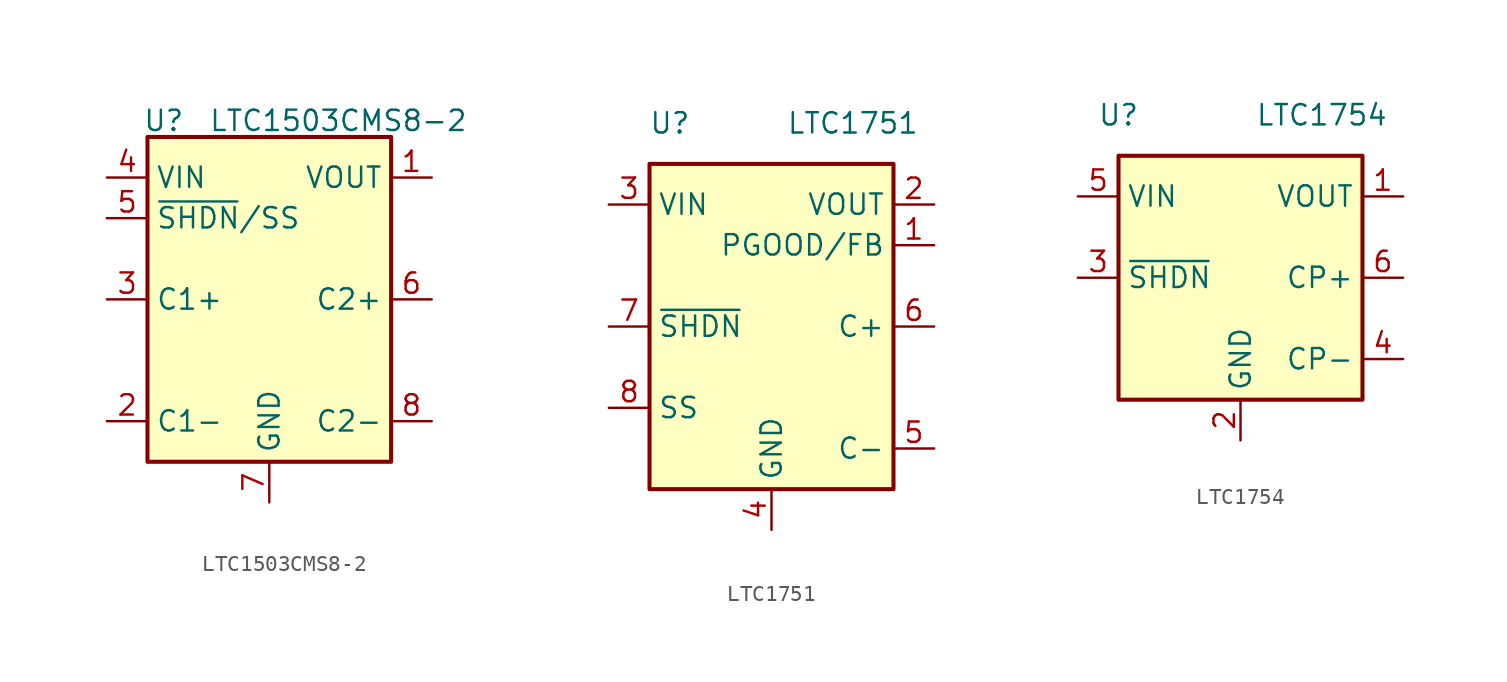
<source format=kicad_sym>
(kicad_symbol_lib
  (version 20241209)
  (generator "kicad_symbol_editor")
  (generator_version "9.0")
  (symbol "LTC1503CMS8-2"
    (property "Reference" "U"
      (at -6.604 11.176 0)
      (effects (font (size 1.27 1.27))))
    (property "Value" "LTC1503CMS8-2"
      (at 4.318 11.176 0)
      (effects (font (size 1.27 1.27))))
    (symbol "LTC1503CMS8-2_0_1"
      (rectangle (start -7.62 10.16) (end 7.62 -10.16) (stroke (width 0.254) (type default)) (fill (type background))))
    (symbol "LTC1503CMS8-2_1_1"
      (pin power_in line (at -10.16 7.62 0) (length 2.54) (name "VIN" (effects (font (size 1.27 1.27)))) (number "4" (effects (font (size 1.27 1.27)))))
      (pin input line (at -10.16 5.08 0) (length 2.54) (name "~{SHDN}/SS" (effects (font (size 1.27 1.27)))) (number "5" (effects (font (size 1.27 1.27)))))
      (pin input line (at -10.16 0 0) (length 2.54) (name "C1+" (effects (font (size 1.27 1.27)))) (number "3" (effects (font (size 1.27 1.27)))))
      (pin input line (at -10.16 -7.62 0) (length 2.54) (name "C1-" (effects (font (size 1.27 1.27)))) (number "2" (effects (font (size 1.27 1.27)))))
      (pin power_in line (at 0 -12.7 90) (length 2.54) (name "GND" (effects (font (size 1.27 1.27)))) (number "7" (effects (font (size 1.27 1.27)))))
      (pin power_out line (at 10.16 7.62 180) (length 2.54) (name "VOUT" (effects (font (size 1.27 1.27)))) (number "1" (effects (font (size 1.27 1.27)))))
      (pin input line (at 10.16 0 180) (length 2.54) (name "C2+" (effects (font (size 1.27 1.27)))) (number "6" (effects (font (size 1.27 1.27)))))
      (pin input line (at 10.16 -7.62 180) (length 2.54) (name "C2-" (effects (font (size 1.27 1.27)))) (number "8" (effects (font (size 1.27 1.27)))))))
  (symbol "LTC1751"
    (property "Reference" "U"
      (at -6.35 12.7 0)
      (effects (font (size 1.27 1.27))))
    (property "Value" "LTC1751"
      (at 5.08 12.7 0)
      (effects (font (size 1.27 1.27))))
    (symbol "LTC1751_0_1"
      (rectangle (start -7.62 10.16) (end 7.62 -10.16) (stroke (width 0.254) (type default)) (fill (type background))))
    (symbol "LTC1751_1_1"
      (pin power_in line (at -10.16 7.62 0) (length 2.54) (name "VIN" (effects (font (size 1.27 1.27)))) (number "3" (effects (font (size 1.27 1.27)))))
      (pin input line (at -10.16 0 0) (length 2.54) (name "~{SHDN}" (effects (font (size 1.27 1.27)))) (number "7" (effects (font (size 1.27 1.27)))))
      (pin input line (at -10.16 -5.08 0) (length 2.54) (name "SS" (effects (font (size 1.27 1.27)))) (number "8" (effects (font (size 1.27 1.27)))))
      (pin power_in line (at 0 -12.7 90) (length 2.54) (name "GND" (effects (font (size 1.27 1.27)))) (number "4" (effects (font (size 1.27 1.27)))))
      (pin power_out line (at 10.16 7.62 180) (length 2.54) (name "VOUT" (effects (font (size 1.27 1.27)))) (number "2" (effects (font (size 1.27 1.27)))))
      (pin output line (at 10.16 5.08 180) (length 2.54) (name "PGOOD/FB" (effects (font (size 1.27 1.27)))) (number "1" (effects (font (size 1.27 1.27)))))
      (pin input line (at 10.16 0 180) (length 2.54) (name "C+" (effects (font (size 1.27 1.27)))) (number "6" (effects (font (size 1.27 1.27)))))
      (pin input line (at 10.16 -7.62 180) (length 2.54) (name "C-" (effects (font (size 1.27 1.27)))) (number "5" (effects (font (size 1.27 1.27)))))))
  (symbol "LTC1754"
    (property "Reference" "U"
      (at -7.62 10.16 0)
      (effects (font (size 1.27 1.27))))
    (property "Value" "LTC1754"
      (at 5.08 10.16 0)
      (effects (font (size 1.27 1.27))))
    (symbol "LTC1754_0_1"
      (rectangle (start -7.62 7.62) (end 7.62 -7.62) (stroke (width 0.254) (type default)) (fill (type background))))
    (symbol "LTC1754_1_1"
      (pin power_in line (at -10.16 5.08 0) (length 2.54) (name "VIN" (effects (font (size 1.27 1.27)))) (number "5" (effects (font (size 1.27 1.27)))))
      (pin input line (at -10.16 0 0) (length 2.54) (name "~{SHDN}" (effects (font (size 1.27 1.27)))) (number "3" (effects (font (size 1.27 1.27)))))
      (pin power_in line (at 0 -10.16 90) (length 2.54) (name "GND" (effects (font (size 1.27 1.27)))) (number "2" (effects (font (size 1.27 1.27)))))
      (pin power_out line (at 10.16 5.08 180) (length 2.54) (name "VOUT" (effects (font (size 1.27 1.27)))) (number "1" (effects (font (size 1.27 1.27)))))
      (pin passive line (at 10.16 0 180) (length 2.54) (name "CP+" (effects (font (size 1.27 1.27)))) (number "6" (effects (font (size 1.27 1.27)))))
      (pin passive line (at 10.16 -5.08 180) (length 2.54) (name "CP-" (effects (font (size 1.27 1.27)))) (number "4" (effects (font (size 1.27 1.27))))))))
</source>
